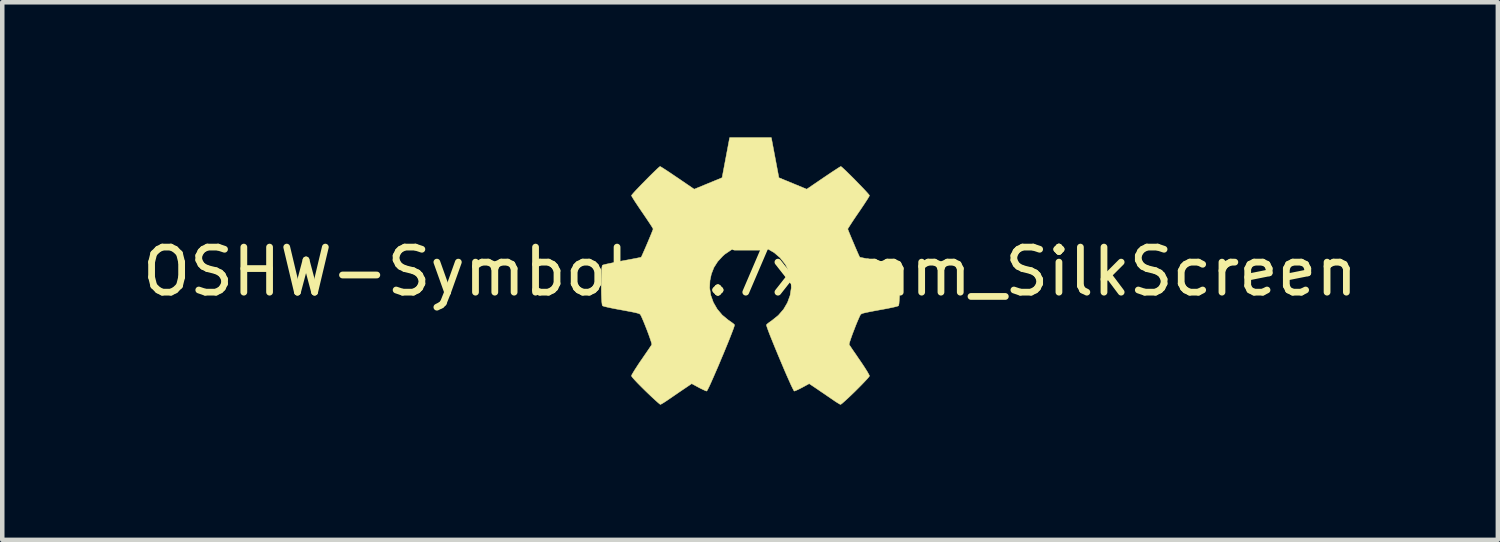
<source format=kicad_pcb>
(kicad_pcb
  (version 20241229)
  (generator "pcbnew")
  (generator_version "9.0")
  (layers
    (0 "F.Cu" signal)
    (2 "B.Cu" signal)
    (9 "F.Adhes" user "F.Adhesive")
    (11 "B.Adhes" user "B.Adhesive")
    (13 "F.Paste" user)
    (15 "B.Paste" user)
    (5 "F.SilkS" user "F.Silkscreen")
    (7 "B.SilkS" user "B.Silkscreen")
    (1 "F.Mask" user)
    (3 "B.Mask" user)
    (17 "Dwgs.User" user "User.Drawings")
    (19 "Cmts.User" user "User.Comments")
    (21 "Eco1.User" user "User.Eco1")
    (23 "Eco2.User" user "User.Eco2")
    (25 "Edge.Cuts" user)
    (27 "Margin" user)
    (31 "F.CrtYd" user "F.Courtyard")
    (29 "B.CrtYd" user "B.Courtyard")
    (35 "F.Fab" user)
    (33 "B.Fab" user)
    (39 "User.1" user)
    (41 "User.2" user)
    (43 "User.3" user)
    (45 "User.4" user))
  (footprint "OSHW-Symbol_6.7x6mm_SilkScreen"
    (layer "F.Cu")
    (at 13.601 2.981)
    (property "Reference" "OSHW-Symbol_6.7x6mm_SilkScreen" (at 0 0 0) (layer "F.SilkS") (effects (font (size 1 1) (thickness 0.15))))
    (attr exclude_from_pos_files exclude_from_bom allow_missing_courtyard)
    (fp_poly (pts (xy 0.556 -2.531) (xy 0.64 -2.086) (xy 0.949 -1.959) (xy 1.258 -1.831) (xy 1.629 -2.084) (xy 1.733 -2.154) (xy 1.827 -2.217) (xy 1.907 -2.269) (xy 1.967 -2.308) (xy 2.005 -2.331) (xy 2.015 -2.336) (xy 2.034 -2.323) (xy 2.073 -2.288) (xy 2.13 -2.235) (xy 2.198 -2.168) (xy 2.274 -2.093) (xy 2.353 -2.013) (xy 2.431 -1.932) (xy 2.504 -1.857) (xy 2.567 -1.79) (xy 2.615 -1.737) (xy 2.644 -1.702) (xy 2.651 -1.69) (xy 2.641 -1.669) (xy 2.613 -1.621) (xy 2.569 -1.553) (xy 2.513 -1.468) (xy 2.448 -1.371) (xy 2.41 -1.316) (xy 2.341 -1.215) (xy 2.28 -1.124) (xy 2.23 -1.047) (xy 2.193 -0.989) (xy 2.172 -0.955) (xy 2.169 -0.948) (xy 2.176 -0.927) (xy 2.195 -0.879) (xy 2.223 -0.811) (xy 2.257 -0.729) (xy 2.295 -0.64) (xy 2.333 -0.55) (xy 2.369 -0.467) (xy 2.4 -0.396) (xy 2.423 -0.346) (xy 2.435 -0.322) (xy 2.436 -0.321) (xy 2.455 -0.316) (xy 2.505 -0.306) (xy 2.581 -0.291) (xy 2.678 -0.272) (xy 2.791 -0.251) (xy 2.856 -0.239) (xy 2.977 -0.216) (xy 3.086 -0.194) (xy 3.177 -0.174) (xy 3.246 -0.158) (xy 3.287 -0.147) (xy 3.296 -0.143) (xy 3.304 -0.119) (xy 3.31 -0.064) (xy 3.315 0.015) (xy 3.318 0.112) (xy 3.32 0.22) (xy 3.321 0.333) (xy 3.319 0.445) (xy 3.317 0.549) (xy 3.312 0.638) (xy 3.307 0.707) (xy 3.299 0.748) (xy 3.295 0.757) (xy 3.269 0.767) (xy 3.213 0.782) (xy 3.136 0.799) (xy 3.044 0.818) (xy 3.012 0.824) (xy 2.858 0.852) (xy 2.735 0.875) (xy 2.642 0.893) (xy 2.572 0.908) (xy 2.523 0.919) (xy 2.491 0.929) (xy 2.471 0.938) (xy 2.459 0.947) (xy 2.457 0.948) (xy 2.44 0.976) (xy 2.415 1.031) (xy 2.383 1.105) (xy 2.347 1.192) (xy 2.311 1.286) (xy 2.275 1.379) (xy 2.244 1.466) (xy 2.219 1.539) (xy 2.203 1.592) (xy 2.199 1.618) (xy 2.2 1.619) (xy 2.214 1.64) (xy 2.245 1.687) (xy 2.291 1.755) (xy 2.349 1.838) (xy 2.413 1.933) (xy 2.432 1.96) (xy 2.498 2.057) (xy 2.556 2.146) (xy 2.603 2.221) (xy 2.635 2.278) (xy 2.651 2.311) (xy 2.651 2.315) (xy 2.638 2.336) (xy 2.603 2.377) (xy 2.549 2.435) (xy 2.482 2.505) (xy 2.406 2.582) (xy 2.326 2.662) (xy 2.245 2.74) (xy 2.17 2.811) (xy 2.103 2.872) (xy 2.051 2.918) (xy 2.017 2.944) (xy 2.008 2.948) (xy 1.986 2.938) (xy 1.941 2.911) (xy 1.88 2.872) (xy 1.834 2.84) (xy 1.749 2.782) (xy 1.65 2.714) (xy 1.549 2.646) (xy 1.496 2.609) (xy 1.313 2.486) (xy 1.16 2.569) (xy 1.091 2.605) (xy 1.031 2.633) (xy 0.991 2.649) (xy 0.981 2.651) (xy 0.969 2.635) (xy 0.945 2.588) (xy 0.91 2.516) (xy 0.868 2.422) (xy 0.818 2.31) (xy 0.764 2.186) (xy 0.708 2.053) (xy 0.65 1.916) (xy 0.593 1.779) (xy 0.538 1.646) (xy 0.488 1.522) (xy 0.443 1.411) (xy 0.407 1.317) (xy 0.381 1.244) (xy 0.366 1.197) (xy 0.363 1.181) (xy 0.382 1.16) (xy 0.424 1.127) (xy 0.48 1.088) (xy 0.484 1.085) (xy 0.628 0.969) (xy 0.744 0.835) (xy 0.831 0.686) (xy 0.889 0.526) (xy 0.915 0.36) (xy 0.91 0.192) (xy 0.871 0.026) (xy 0.799 -0.134) (xy 0.778 -0.169) (xy 0.667 -0.309) (xy 0.536 -0.422) (xy 0.39 -0.507) (xy 0.233 -0.563) (xy 0.069 -0.589) (xy -0.097 -0.585) (xy -0.26 -0.551) (xy -0.416 -0.485) (xy -0.56 -0.388) (xy -0.605 -0.348) (xy -0.719 -0.224) (xy -0.802 -0.094) (xy -0.859 0.052) (xy -0.89 0.197) (xy -0.898 0.36) (xy -0.872 0.523) (xy -0.815 0.682) (xy -0.729 0.831) (xy -0.617 0.964) (xy -0.482 1.075) (xy -0.464 1.087) (xy -0.408 1.126) (xy -0.365 1.159) (xy -0.345 1.18) (xy -0.344 1.181) (xy -0.349 1.204) (xy -0.366 1.256) (xy -0.395 1.333) (xy -0.433 1.431) (xy -0.478 1.545) (xy -0.53 1.672) (xy -0.585 1.806) (xy -0.643 1.943) (xy -0.7 2.08) (xy -0.757 2.211) (xy -0.81 2.333) (xy -0.858 2.441) (xy -0.899 2.532) (xy -0.932 2.599) (xy -0.954 2.64) (xy -0.963 2.651) (xy -0.99 2.643) (xy -1.04 2.62) (xy -1.106 2.588) (xy -1.142 2.569) (xy -1.295 2.486) (xy -1.477 2.609) (xy -1.57 2.672) (xy -1.672 2.742) (xy -1.767 2.807) (xy -1.815 2.84) (xy -1.882 2.885) (xy -1.939 2.921) (xy -1.979 2.943) (xy -1.991 2.948) (xy -2.01 2.935) (xy -2.051 2.9) (xy -2.11 2.847) (xy -2.185 2.778) (xy -2.269 2.698) (xy -2.323 2.646) (xy -2.416 2.554) (xy -2.497 2.472) (xy -2.562 2.403) (xy -2.608 2.351) (xy -2.631 2.319) (xy -2.633 2.312) (xy -2.623 2.287) (xy -2.594 2.237) (xy -2.551 2.167) (xy -2.496 2.082) (xy -2.432 1.986) (xy -2.413 1.96) (xy -2.347 1.863) (xy -2.287 1.776) (xy -2.238 1.704) (xy -2.202 1.65) (xy -2.183 1.622) (xy -2.181 1.619) (xy -2.184 1.596) (xy -2.199 1.545) (xy -2.223 1.474) (xy -2.253 1.389) (xy -2.288 1.296) (xy -2.325 1.202) (xy -2.361 1.113) (xy -2.393 1.038) (xy -2.419 0.981) (xy -2.437 0.95) (xy -2.438 0.948) (xy -2.449 0.94) (xy -2.468 0.931) (xy -2.498 0.921) (xy -2.543 0.91) (xy -2.608 0.896) (xy -2.697 0.879) (xy -2.813 0.857) (xy -2.962 0.83) (xy -2.994 0.824) (xy -3.089 0.805) (xy -3.172 0.787) (xy -3.235 0.772) (xy -3.271 0.76) (xy -3.276 0.757) (xy -3.284 0.732) (xy -3.291 0.677) (xy -3.296 0.597) (xy -3.3 0.5) (xy -3.302 0.392) (xy -3.302 0.279) (xy -3.301 0.167) (xy -3.298 0.064) (xy -3.294 -0.026) (xy -3.289 -0.094) (xy -3.281 -0.135) (xy -3.277 -0.143) (xy -3.253 -0.152) (xy -3.197 -0.166) (xy -3.117 -0.183) (xy -3.016 -0.204) (xy -2.901 -0.227) (xy -2.838 -0.239) (xy -2.719 -0.261) (xy -2.613 -0.281) (xy -2.524 -0.298) (xy -2.46 -0.311) (xy -2.423 -0.319) (xy -2.417 -0.321) (xy -2.407 -0.34) (xy -2.386 -0.387) (xy -2.356 -0.455) (xy -2.32 -0.537) (xy -2.282 -0.626) (xy -2.244 -0.716) (xy -2.209 -0.8) (xy -2.18 -0.871) (xy -2.16 -0.922) (xy -2.151 -0.948) (xy -2.151 -0.949) (xy -2.161 -0.968) (xy -2.189 -1.014) (xy -2.233 -1.081) (xy -2.289 -1.165) (xy -2.354 -1.261) (xy -2.392 -1.316) (xy -2.461 -1.418) (xy -2.522 -1.509) (xy -2.573 -1.587) (xy -2.61 -1.647) (xy -2.63 -1.683) (xy -2.633 -1.691) (xy -2.62 -1.709) (xy -2.585 -1.75) (xy -2.533 -1.807) (xy -2.467 -1.876) (xy -2.393 -1.953) (xy -2.314 -2.033) (xy -2.235 -2.113) (xy -2.16 -2.187) (xy -2.095 -2.25) (xy -2.043 -2.299) (xy -2.008 -2.329) (xy -1.996 -2.336) (xy -1.978 -2.326) (xy -1.933 -2.298) (xy -1.866 -2.255) (xy -1.781 -2.199) (xy -1.684 -2.133) (xy -1.611 -2.084) (xy -1.24 -1.831) (xy -0.621 -2.086) (xy -0.537 -2.531) (xy -0.453 -2.976) (xy 0.472 -2.976) (xy 0.556 -2.531)) (stroke (width 0.01) (type solid)) (fill yes) (layer "F.SilkS")))
  (gr_rect
    (start -3 -3)
    (end 30.202 8.934)
    (stroke (width 0.1) (type default))
    (fill no)
    (layer "Edge.Cuts")))
</source>
